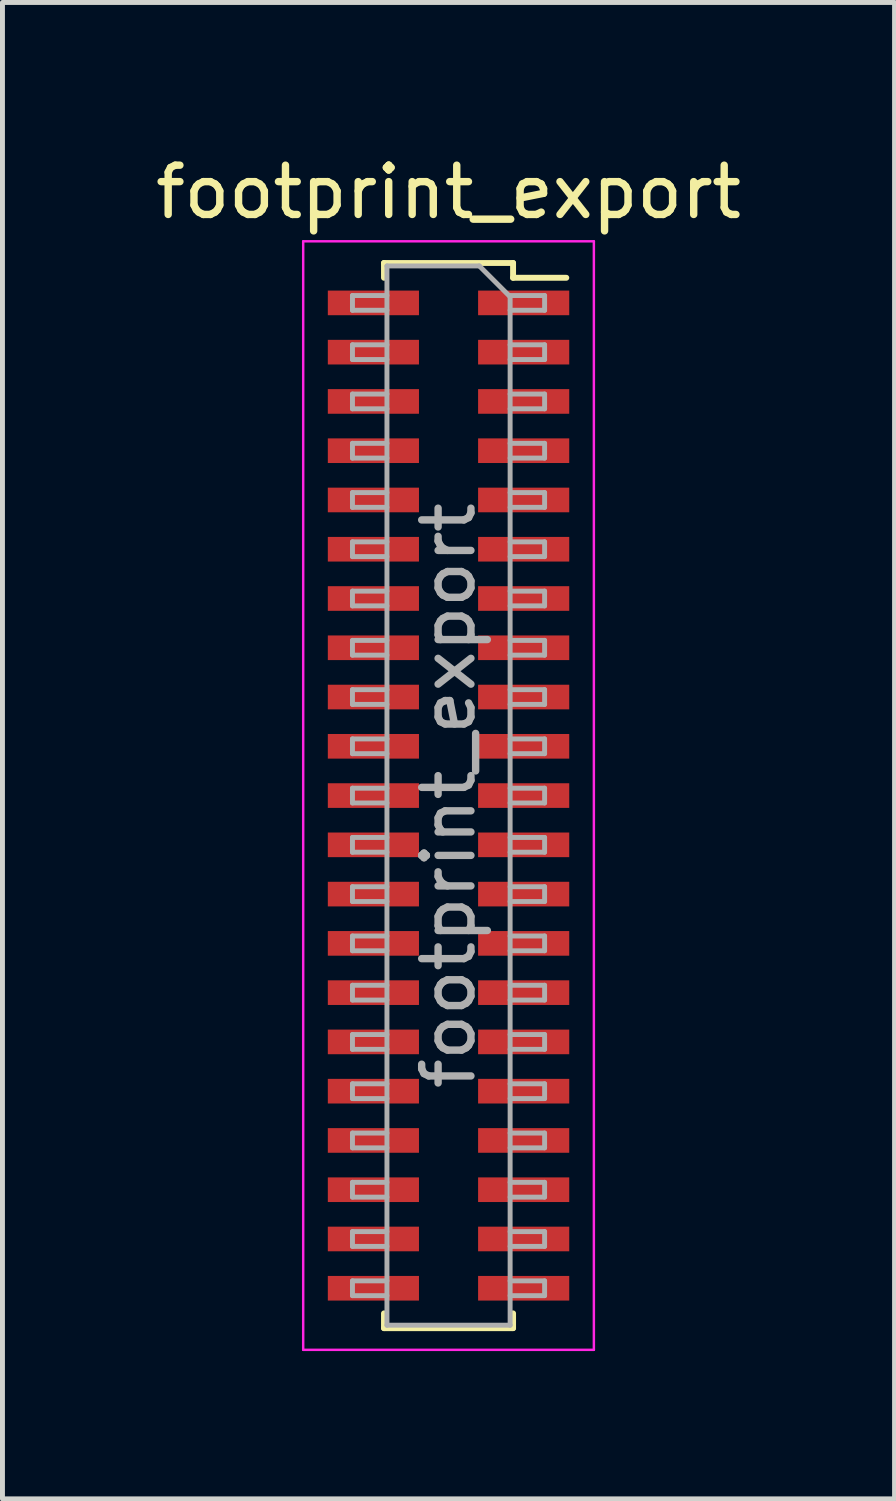
<source format=kicad_pcb>
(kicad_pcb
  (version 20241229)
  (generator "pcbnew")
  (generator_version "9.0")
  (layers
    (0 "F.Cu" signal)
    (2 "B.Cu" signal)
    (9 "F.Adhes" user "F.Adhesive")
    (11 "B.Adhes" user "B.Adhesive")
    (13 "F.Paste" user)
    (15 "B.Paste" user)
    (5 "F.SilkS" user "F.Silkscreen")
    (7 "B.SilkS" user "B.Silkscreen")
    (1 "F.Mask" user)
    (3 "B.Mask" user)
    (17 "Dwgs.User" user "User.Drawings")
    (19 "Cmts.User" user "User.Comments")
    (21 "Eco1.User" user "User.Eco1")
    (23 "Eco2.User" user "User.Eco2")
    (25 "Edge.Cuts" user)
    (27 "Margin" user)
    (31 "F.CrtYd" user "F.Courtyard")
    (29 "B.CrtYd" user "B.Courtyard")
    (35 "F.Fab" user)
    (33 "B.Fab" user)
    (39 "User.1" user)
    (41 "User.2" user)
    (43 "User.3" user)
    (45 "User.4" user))
  (footprint "footprint_export"
    (layer "F.Cu")
    (at 6.054 13.098)
    (property "Reference" "footprint_export" (at 0 -12.25 0) (layer "F.SilkS") (effects (font (size 1 1) (thickness 0.15))))
    (attr smd)
    (fp_line (start -1.31 -10.81) (end -1.31 -10.51) (stroke (width 0.12) (type solid)) (layer "F.SilkS"))
    (fp_line (start -1.31 -10.81) (end 1.31 -10.81) (stroke (width 0.12) (type solid)) (layer "F.SilkS"))
    (fp_line (start -1.31 10.51) (end -1.31 10.81) (stroke (width 0.12) (type solid)) (layer "F.SilkS"))
    (fp_line (start -1.31 10.81) (end 1.31 10.81) (stroke (width 0.12) (type solid)) (layer "F.SilkS"))
    (fp_line (start 1.31 -10.81) (end 1.31 -10.51) (stroke (width 0.12) (type solid)) (layer "F.SilkS"))
    (fp_line (start 1.31 -10.51) (end 2.39 -10.51) (stroke (width 0.12) (type solid)) (layer "F.SilkS"))
    (fp_line (start 1.31 10.51) (end 1.31 10.81) (stroke (width 0.12) (type solid)) (layer "F.SilkS"))
    (fp_line (start -2.95 -11.25) (end 2.95 -11.25) (stroke (width 0.05) (type solid)) (layer "F.CrtYd"))
    (fp_line (start -2.95 11.25) (end -2.95 -11.25) (stroke (width 0.05) (type solid)) (layer "F.CrtYd"))
    (fp_line (start 2.95 -11.25) (end 2.95 11.25) (stroke (width 0.05) (type solid)) (layer "F.CrtYd"))
    (fp_line (start 2.95 11.25) (end -2.95 11.25) (stroke (width 0.05) (type solid)) (layer "F.CrtYd"))
    (fp_line (start -1.95 -10.15) (end -1.25 -10.15) (stroke (width 0.1) (type solid)) (layer "F.Fab"))
    (fp_line (start -1.95 -9.85) (end -1.95 -10.15) (stroke (width 0.1) (type solid)) (layer "F.Fab"))
    (fp_line (start -1.95 -9.15) (end -1.25 -9.15) (stroke (width 0.1) (type solid)) (layer "F.Fab"))
    (fp_line (start -1.95 -8.85) (end -1.95 -9.15) (stroke (width 0.1) (type solid)) (layer "F.Fab"))
    (fp_line (start -1.95 -8.15) (end -1.25 -8.15) (stroke (width 0.1) (type solid)) (layer "F.Fab"))
    (fp_line (start -1.95 -7.85) (end -1.95 -8.15) (stroke (width 0.1) (type solid)) (layer "F.Fab"))
    (fp_line (start -1.95 -7.15) (end -1.25 -7.15) (stroke (width 0.1) (type solid)) (layer "F.Fab"))
    (fp_line (start -1.95 -6.85) (end -1.95 -7.15) (stroke (width 0.1) (type solid)) (layer "F.Fab"))
    (fp_line (start -1.95 -6.15) (end -1.25 -6.15) (stroke (width 0.1) (type solid)) (layer "F.Fab"))
    (fp_line (start -1.95 -5.85) (end -1.95 -6.15) (stroke (width 0.1) (type solid)) (layer "F.Fab"))
    (fp_line (start -1.95 -5.15) (end -1.25 -5.15) (stroke (width 0.1) (type solid)) (layer "F.Fab"))
    (fp_line (start -1.95 -4.85) (end -1.95 -5.15) (stroke (width 0.1) (type solid)) (layer "F.Fab"))
    (fp_line (start -1.95 -4.15) (end -1.25 -4.15) (stroke (width 0.1) (type solid)) (layer "F.Fab"))
    (fp_line (start -1.95 -3.85) (end -1.95 -4.15) (stroke (width 0.1) (type solid)) (layer "F.Fab"))
    (fp_line (start -1.95 -3.15) (end -1.25 -3.15) (stroke (width 0.1) (type solid)) (layer "F.Fab"))
    (fp_line (start -1.95 -2.85) (end -1.95 -3.15) (stroke (width 0.1) (type solid)) (layer "F.Fab"))
    (fp_line (start -1.95 -2.15) (end -1.25 -2.15) (stroke (width 0.1) (type solid)) (layer "F.Fab"))
    (fp_line (start -1.95 -1.85) (end -1.95 -2.15) (stroke (width 0.1) (type solid)) (layer "F.Fab"))
    (fp_line (start -1.95 -1.15) (end -1.25 -1.15) (stroke (width 0.1) (type solid)) (layer "F.Fab"))
    (fp_line (start -1.95 -0.85) (end -1.95 -1.15) (stroke (width 0.1) (type solid)) (layer "F.Fab"))
    (fp_line (start -1.95 -0.15) (end -1.25 -0.15) (stroke (width 0.1) (type solid)) (layer "F.Fab"))
    (fp_line (start -1.95 0.15) (end -1.95 -0.15) (stroke (width 0.1) (type solid)) (layer "F.Fab"))
    (fp_line (start -1.95 0.85) (end -1.25 0.85) (stroke (width 0.1) (type solid)) (layer "F.Fab"))
    (fp_line (start -1.95 1.15) (end -1.95 0.85) (stroke (width 0.1) (type solid)) (layer "F.Fab"))
    (fp_line (start -1.95 1.85) (end -1.25 1.85) (stroke (width 0.1) (type solid)) (layer "F.Fab"))
    (fp_line (start -1.95 2.15) (end -1.95 1.85) (stroke (width 0.1) (type solid)) (layer "F.Fab"))
    (fp_line (start -1.95 2.85) (end -1.25 2.85) (stroke (width 0.1) (type solid)) (layer "F.Fab"))
    (fp_line (start -1.95 3.15) (end -1.95 2.85) (stroke (width 0.1) (type solid)) (layer "F.Fab"))
    (fp_line (start -1.95 3.85) (end -1.25 3.85) (stroke (width 0.1) (type solid)) (layer "F.Fab"))
    (fp_line (start -1.95 4.15) (end -1.95 3.85) (stroke (width 0.1) (type solid)) (layer "F.Fab"))
    (fp_line (start -1.95 4.85) (end -1.25 4.85) (stroke (width 0.1) (type solid)) (layer "F.Fab"))
    (fp_line (start -1.95 5.15) (end -1.95 4.85) (stroke (width 0.1) (type solid)) (layer "F.Fab"))
    (fp_line (start -1.95 5.85) (end -1.25 5.85) (stroke (width 0.1) (type solid)) (layer "F.Fab"))
    (fp_line (start -1.95 6.15) (end -1.95 5.85) (stroke (width 0.1) (type solid)) (layer "F.Fab"))
    (fp_line (start -1.95 6.85) (end -1.25 6.85) (stroke (width 0.1) (type solid)) (layer "F.Fab"))
    (fp_line (start -1.95 7.15) (end -1.95 6.85) (stroke (width 0.1) (type solid)) (layer "F.Fab"))
    (fp_line (start -1.95 7.85) (end -1.25 7.85) (stroke (width 0.1) (type solid)) (layer "F.Fab"))
    (fp_line (start -1.95 8.15) (end -1.95 7.85) (stroke (width 0.1) (type solid)) (layer "F.Fab"))
    (fp_line (start -1.95 8.85) (end -1.25 8.85) (stroke (width 0.1) (type solid)) (layer "F.Fab"))
    (fp_line (start -1.95 9.15) (end -1.95 8.85) (stroke (width 0.1) (type solid)) (layer "F.Fab"))
    (fp_line (start -1.95 9.85) (end -1.25 9.85) (stroke (width 0.1) (type solid)) (layer "F.Fab"))
    (fp_line (start -1.95 10.15) (end -1.95 9.85) (stroke (width 0.1) (type solid)) (layer "F.Fab"))
    (fp_line (start -1.25 -10.75) (end 0.625 -10.75) (stroke (width 0.1) (type solid)) (layer "F.Fab"))
    (fp_line (start -1.25 -9.85) (end -1.95 -9.85) (stroke (width 0.1) (type solid)) (layer "F.Fab"))
    (fp_line (start -1.25 -8.85) (end -1.95 -8.85) (stroke (width 0.1) (type solid)) (layer "F.Fab"))
    (fp_line (start -1.25 -7.85) (end -1.95 -7.85) (stroke (width 0.1) (type solid)) (layer "F.Fab"))
    (fp_line (start -1.25 -6.85) (end -1.95 -6.85) (stroke (width 0.1) (type solid)) (layer "F.Fab"))
    (fp_line (start -1.25 -5.85) (end -1.95 -5.85) (stroke (width 0.1) (type solid)) (layer "F.Fab"))
    (fp_line (start -1.25 -4.85) (end -1.95 -4.85) (stroke (width 0.1) (type solid)) (layer "F.Fab"))
    (fp_line (start -1.25 -3.85) (end -1.95 -3.85) (stroke (width 0.1) (type solid)) (layer "F.Fab"))
    (fp_line (start -1.25 -2.85) (end -1.95 -2.85) (stroke (width 0.1) (type solid)) (layer "F.Fab"))
    (fp_line (start -1.25 -1.85) (end -1.95 -1.85) (stroke (width 0.1) (type solid)) (layer "F.Fab"))
    (fp_line (start -1.25 -0.85) (end -1.95 -0.85) (stroke (width 0.1) (type solid)) (layer "F.Fab"))
    (fp_line (start -1.25 0.15) (end -1.95 0.15) (stroke (width 0.1) (type solid)) (layer "F.Fab"))
    (fp_line (start -1.25 1.15) (end -1.95 1.15) (stroke (width 0.1) (type solid)) (layer "F.Fab"))
    (fp_line (start -1.25 2.15) (end -1.95 2.15) (stroke (width 0.1) (type solid)) (layer "F.Fab"))
    (fp_line (start -1.25 3.15) (end -1.95 3.15) (stroke (width 0.1) (type solid)) (layer "F.Fab"))
    (fp_line (start -1.25 4.15) (end -1.95 4.15) (stroke (width 0.1) (type solid)) (layer "F.Fab"))
    (fp_line (start -1.25 5.15) (end -1.95 5.15) (stroke (width 0.1) (type solid)) (layer "F.Fab"))
    (fp_line (start -1.25 6.15) (end -1.95 6.15) (stroke (width 0.1) (type solid)) (layer "F.Fab"))
    (fp_line (start -1.25 7.15) (end -1.95 7.15) (stroke (width 0.1) (type solid)) (layer "F.Fab"))
    (fp_line (start -1.25 8.15) (end -1.95 8.15) (stroke (width 0.1) (type solid)) (layer "F.Fab"))
    (fp_line (start -1.25 9.15) (end -1.95 9.15) (stroke (width 0.1) (type solid)) (layer "F.Fab"))
    (fp_line (start -1.25 10.15) (end -1.95 10.15) (stroke (width 0.1) (type solid)) (layer "F.Fab"))
    (fp_line (start -1.25 10.75) (end -1.25 -10.75) (stroke (width 0.1) (type solid)) (layer "F.Fab"))
    (fp_line (start 0.625 -10.75) (end 1.25 -10.125) (stroke (width 0.1) (type solid)) (layer "F.Fab"))
    (fp_line (start 1.25 -10.15) (end 1.95 -10.15) (stroke (width 0.1) (type solid)) (layer "F.Fab"))
    (fp_line (start 1.25 -10.125) (end 1.25 10.75) (stroke (width 0.1) (type solid)) (layer "F.Fab"))
    (fp_line (start 1.25 -9.15) (end 1.95 -9.15) (stroke (width 0.1) (type solid)) (layer "F.Fab"))
    (fp_line (start 1.25 -8.15) (end 1.95 -8.15) (stroke (width 0.1) (type solid)) (layer "F.Fab"))
    (fp_line (start 1.25 -7.15) (end 1.95 -7.15) (stroke (width 0.1) (type solid)) (layer "F.Fab"))
    (fp_line (start 1.25 -6.15) (end 1.95 -6.15) (stroke (width 0.1) (type solid)) (layer "F.Fab"))
    (fp_line (start 1.25 -5.15) (end 1.95 -5.15) (stroke (width 0.1) (type solid)) (layer "F.Fab"))
    (fp_line (start 1.25 -4.15) (end 1.95 -4.15) (stroke (width 0.1) (type solid)) (layer "F.Fab"))
    (fp_line (start 1.25 -3.15) (end 1.95 -3.15) (stroke (width 0.1) (type solid)) (layer "F.Fab"))
    (fp_line (start 1.25 -2.15) (end 1.95 -2.15) (stroke (width 0.1) (type solid)) (layer "F.Fab"))
    (fp_line (start 1.25 -1.15) (end 1.95 -1.15) (stroke (width 0.1) (type solid)) (layer "F.Fab"))
    (fp_line (start 1.25 -0.15) (end 1.95 -0.15) (stroke (width 0.1) (type solid)) (layer "F.Fab"))
    (fp_line (start 1.25 0.85) (end 1.95 0.85) (stroke (width 0.1) (type solid)) (layer "F.Fab"))
    (fp_line (start 1.25 1.85) (end 1.95 1.85) (stroke (width 0.1) (type solid)) (layer "F.Fab"))
    (fp_line (start 1.25 2.85) (end 1.95 2.85) (stroke (width 0.1) (type solid)) (layer "F.Fab"))
    (fp_line (start 1.25 3.85) (end 1.95 3.85) (stroke (width 0.1) (type solid)) (layer "F.Fab"))
    (fp_line (start 1.25 4.85) (end 1.95 4.85) (stroke (width 0.1) (type solid)) (layer "F.Fab"))
    (fp_line (start 1.25 5.85) (end 1.95 5.85) (stroke (width 0.1) (type solid)) (layer "F.Fab"))
    (fp_line (start 1.25 6.85) (end 1.95 6.85) (stroke (width 0.1) (type solid)) (layer "F.Fab"))
    (fp_line (start 1.25 7.85) (end 1.95 7.85) (stroke (width 0.1) (type solid)) (layer "F.Fab"))
    (fp_line (start 1.25 8.85) (end 1.95 8.85) (stroke (width 0.1) (type solid)) (layer "F.Fab"))
    (fp_line (start 1.25 9.85) (end 1.95 9.85) (stroke (width 0.1) (type solid)) (layer "F.Fab"))
    (fp_line (start 1.25 10.75) (end -1.25 10.75) (stroke (width 0.1) (type solid)) (layer "F.Fab"))
    (fp_line (start 1.95 -10.15) (end 1.95 -9.85) (stroke (width 0.1) (type solid)) (layer "F.Fab"))
    (fp_line (start 1.95 -9.85) (end 1.25 -9.85) (stroke (width 0.1) (type solid)) (layer "F.Fab"))
    (fp_line (start 1.95 -9.15) (end 1.95 -8.85) (stroke (width 0.1) (type solid)) (layer "F.Fab"))
    (fp_line (start 1.95 -8.85) (end 1.25 -8.85) (stroke (width 0.1) (type solid)) (layer "F.Fab"))
    (fp_line (start 1.95 -8.15) (end 1.95 -7.85) (stroke (width 0.1) (type solid)) (layer "F.Fab"))
    (fp_line (start 1.95 -7.85) (end 1.25 -7.85) (stroke (width 0.1) (type solid)) (layer "F.Fab"))
    (fp_line (start 1.95 -7.15) (end 1.95 -6.85) (stroke (width 0.1) (type solid)) (layer "F.Fab"))
    (fp_line (start 1.95 -6.85) (end 1.25 -6.85) (stroke (width 0.1) (type solid)) (layer "F.Fab"))
    (fp_line (start 1.95 -6.15) (end 1.95 -5.85) (stroke (width 0.1) (type solid)) (layer "F.Fab"))
    (fp_line (start 1.95 -5.85) (end 1.25 -5.85) (stroke (width 0.1) (type solid)) (layer "F.Fab"))
    (fp_line (start 1.95 -5.15) (end 1.95 -4.85) (stroke (width 0.1) (type solid)) (layer "F.Fab"))
    (fp_line (start 1.95 -4.85) (end 1.25 -4.85) (stroke (width 0.1) (type solid)) (layer "F.Fab"))
    (fp_line (start 1.95 -4.15) (end 1.95 -3.85) (stroke (width 0.1) (type solid)) (layer "F.Fab"))
    (fp_line (start 1.95 -3.85) (end 1.25 -3.85) (stroke (width 0.1) (type solid)) (layer "F.Fab"))
    (fp_line (start 1.95 -3.15) (end 1.95 -2.85) (stroke (width 0.1) (type solid)) (layer "F.Fab"))
    (fp_line (start 1.95 -2.85) (end 1.25 -2.85) (stroke (width 0.1) (type solid)) (layer "F.Fab"))
    (fp_line (start 1.95 -2.15) (end 1.95 -1.85) (stroke (width 0.1) (type solid)) (layer "F.Fab"))
    (fp_line (start 1.95 -1.85) (end 1.25 -1.85) (stroke (width 0.1) (type solid)) (layer "F.Fab"))
    (fp_line (start 1.95 -1.15) (end 1.95 -0.85) (stroke (width 0.1) (type solid)) (layer "F.Fab"))
    (fp_line (start 1.95 -0.85) (end 1.25 -0.85) (stroke (width 0.1) (type solid)) (layer "F.Fab"))
    (fp_line (start 1.95 -0.15) (end 1.95 0.15) (stroke (width 0.1) (type solid)) (layer "F.Fab"))
    (fp_line (start 1.95 0.15) (end 1.25 0.15) (stroke (width 0.1) (type solid)) (layer "F.Fab"))
    (fp_line (start 1.95 0.85) (end 1.95 1.15) (stroke (width 0.1) (type solid)) (layer "F.Fab"))
    (fp_line (start 1.95 1.15) (end 1.25 1.15) (stroke (width 0.1) (type solid)) (layer "F.Fab"))
    (fp_line (start 1.95 1.85) (end 1.95 2.15) (stroke (width 0.1) (type solid)) (layer "F.Fab"))
    (fp_line (start 1.95 2.15) (end 1.25 2.15) (stroke (width 0.1) (type solid)) (layer "F.Fab"))
    (fp_line (start 1.95 2.85) (end 1.95 3.15) (stroke (width 0.1) (type solid)) (layer "F.Fab"))
    (fp_line (start 1.95 3.15) (end 1.25 3.15) (stroke (width 0.1) (type solid)) (layer "F.Fab"))
    (fp_line (start 1.95 3.85) (end 1.95 4.15) (stroke (width 0.1) (type solid)) (layer "F.Fab"))
    (fp_line (start 1.95 4.15) (end 1.25 4.15) (stroke (width 0.1) (type solid)) (layer "F.Fab"))
    (fp_line (start 1.95 4.85) (end 1.95 5.15) (stroke (width 0.1) (type solid)) (layer "F.Fab"))
    (fp_line (start 1.95 5.15) (end 1.25 5.15) (stroke (width 0.1) (type solid)) (layer "F.Fab"))
    (fp_line (start 1.95 5.85) (end 1.95 6.15) (stroke (width 0.1) (type solid)) (layer "F.Fab"))
    (fp_line (start 1.95 6.15) (end 1.25 6.15) (stroke (width 0.1) (type solid)) (layer "F.Fab"))
    (fp_line (start 1.95 6.85) (end 1.95 7.15) (stroke (width 0.1) (type solid)) (layer "F.Fab"))
    (fp_line (start 1.95 7.15) (end 1.25 7.15) (stroke (width 0.1) (type solid)) (layer "F.Fab"))
    (fp_line (start 1.95 7.85) (end 1.95 8.15) (stroke (width 0.1) (type solid)) (layer "F.Fab"))
    (fp_line (start 1.95 8.15) (end 1.25 8.15) (stroke (width 0.1) (type solid)) (layer "F.Fab"))
    (fp_line (start 1.95 8.85) (end 1.95 9.15) (stroke (width 0.1) (type solid)) (layer "F.Fab"))
    (fp_line (start 1.95 9.15) (end 1.25 9.15) (stroke (width 0.1) (type solid)) (layer "F.Fab"))
    (fp_line (start 1.95 9.85) (end 1.95 10.15) (stroke (width 0.1) (type solid)) (layer "F.Fab"))
    (fp_line (start 1.95 10.15) (end 1.25 10.15) (stroke (width 0.1) (type solid)) (layer "F.Fab"))
    (fp_text user "${REFERENCE}" (at 0 0 90) (layer "F.Fab") (effects (font (size 1 1) (thickness 0.15))))
    (pad "1" smd rect (at 1.525 -10) (size 1.85 0.5) (layers "F.Cu" "F.Mask" "F.Paste"))
    (pad "2" smd rect (at -1.525 -10) (size 1.85 0.5) (layers "F.Cu" "F.Mask" "F.Paste"))
    (pad "3" smd rect (at 1.525 -9) (size 1.85 0.5) (layers "F.Cu" "F.Mask" "F.Paste"))
    (pad "4" smd rect (at -1.525 -9) (size 1.85 0.5) (layers "F.Cu" "F.Mask" "F.Paste"))
    (pad "5" smd rect (at 1.525 -8) (size 1.85 0.5) (layers "F.Cu" "F.Mask" "F.Paste"))
    (pad "6" smd rect (at -1.525 -8) (size 1.85 0.5) (layers "F.Cu" "F.Mask" "F.Paste"))
    (pad "7" smd rect (at 1.525 -7) (size 1.85 0.5) (layers "F.Cu" "F.Mask" "F.Paste"))
    (pad "8" smd rect (at -1.525 -7) (size 1.85 0.5) (layers "F.Cu" "F.Mask" "F.Paste"))
    (pad "9" smd rect (at 1.525 -6) (size 1.85 0.5) (layers "F.Cu" "F.Mask" "F.Paste"))
    (pad "10" smd rect (at -1.525 -6) (size 1.85 0.5) (layers "F.Cu" "F.Mask" "F.Paste"))
    (pad "11" smd rect (at 1.525 -5) (size 1.85 0.5) (layers "F.Cu" "F.Mask" "F.Paste"))
    (pad "12" smd rect (at -1.525 -5) (size 1.85 0.5) (layers "F.Cu" "F.Mask" "F.Paste"))
    (pad "13" smd rect (at 1.525 -4) (size 1.85 0.5) (layers "F.Cu" "F.Mask" "F.Paste"))
    (pad "14" smd rect (at -1.525 -4) (size 1.85 0.5) (layers "F.Cu" "F.Mask" "F.Paste"))
    (pad "15" smd rect (at 1.525 -3) (size 1.85 0.5) (layers "F.Cu" "F.Mask" "F.Paste"))
    (pad "16" smd rect (at -1.525 -3) (size 1.85 0.5) (layers "F.Cu" "F.Mask" "F.Paste"))
    (pad "17" smd rect (at 1.525 -2) (size 1.85 0.5) (layers "F.Cu" "F.Mask" "F.Paste"))
    (pad "18" smd rect (at -1.525 -2) (size 1.85 0.5) (layers "F.Cu" "F.Mask" "F.Paste"))
    (pad "19" smd rect (at 1.525 -1) (size 1.85 0.5) (layers "F.Cu" "F.Mask" "F.Paste"))
    (pad "20" smd rect (at -1.525 -1) (size 1.85 0.5) (layers "F.Cu" "F.Mask" "F.Paste"))
    (pad "21" smd rect (at 1.525 0) (size 1.85 0.5) (layers "F.Cu" "F.Mask" "F.Paste"))
    (pad "22" smd rect (at -1.525 0) (size 1.85 0.5) (layers "F.Cu" "F.Mask" "F.Paste"))
    (pad "23" smd rect (at 1.525 1) (size 1.85 0.5) (layers "F.Cu" "F.Mask" "F.Paste"))
    (pad "24" smd rect (at -1.525 1) (size 1.85 0.5) (layers "F.Cu" "F.Mask" "F.Paste"))
    (pad "25" smd rect (at 1.525 2) (size 1.85 0.5) (layers "F.Cu" "F.Mask" "F.Paste"))
    (pad "26" smd rect (at -1.525 2) (size 1.85 0.5) (layers "F.Cu" "F.Mask" "F.Paste"))
    (pad "27" smd rect (at 1.525 3) (size 1.85 0.5) (layers "F.Cu" "F.Mask" "F.Paste"))
    (pad "28" smd rect (at -1.525 3) (size 1.85 0.5) (layers "F.Cu" "F.Mask" "F.Paste"))
    (pad "29" smd rect (at 1.525 4) (size 1.85 0.5) (layers "F.Cu" "F.Mask" "F.Paste"))
    (pad "30" smd rect (at -1.525 4) (size 1.85 0.5) (layers "F.Cu" "F.Mask" "F.Paste"))
    (pad "31" smd rect (at 1.525 5) (size 1.85 0.5) (layers "F.Cu" "F.Mask" "F.Paste"))
    (pad "32" smd rect (at -1.525 5) (size 1.85 0.5) (layers "F.Cu" "F.Mask" "F.Paste"))
    (pad "33" smd rect (at 1.525 6) (size 1.85 0.5) (layers "F.Cu" "F.Mask" "F.Paste"))
    (pad "34" smd rect (at -1.525 6) (size 1.85 0.5) (layers "F.Cu" "F.Mask" "F.Paste"))
    (pad "35" smd rect (at 1.525 7) (size 1.85 0.5) (layers "F.Cu" "F.Mask" "F.Paste"))
    (pad "36" smd rect (at -1.525 7) (size 1.85 0.5) (layers "F.Cu" "F.Mask" "F.Paste"))
    (pad "37" smd rect (at 1.525 8) (size 1.85 0.5) (layers "F.Cu" "F.Mask" "F.Paste"))
    (pad "38" smd rect (at -1.525 8) (size 1.85 0.5) (layers "F.Cu" "F.Mask" "F.Paste"))
    (pad "39" smd rect (at 1.525 9) (size 1.85 0.5) (layers "F.Cu" "F.Mask" "F.Paste"))
    (pad "40" smd rect (at -1.525 9) (size 1.85 0.5) (layers "F.Cu" "F.Mask" "F.Paste"))
    (pad "41" smd rect (at 1.525 10) (size 1.85 0.5) (layers "F.Cu" "F.Mask" "F.Paste"))
    (pad "42" smd rect (at -1.525 10) (size 1.85 0.5) (layers "F.Cu" "F.Mask" "F.Paste")))
  (gr_rect
    (start -3 -3)
    (end 15.107 27.373)
    (stroke (width 0.1) (type default))
    (fill no)
    (layer "Edge.Cuts")))
</source>
